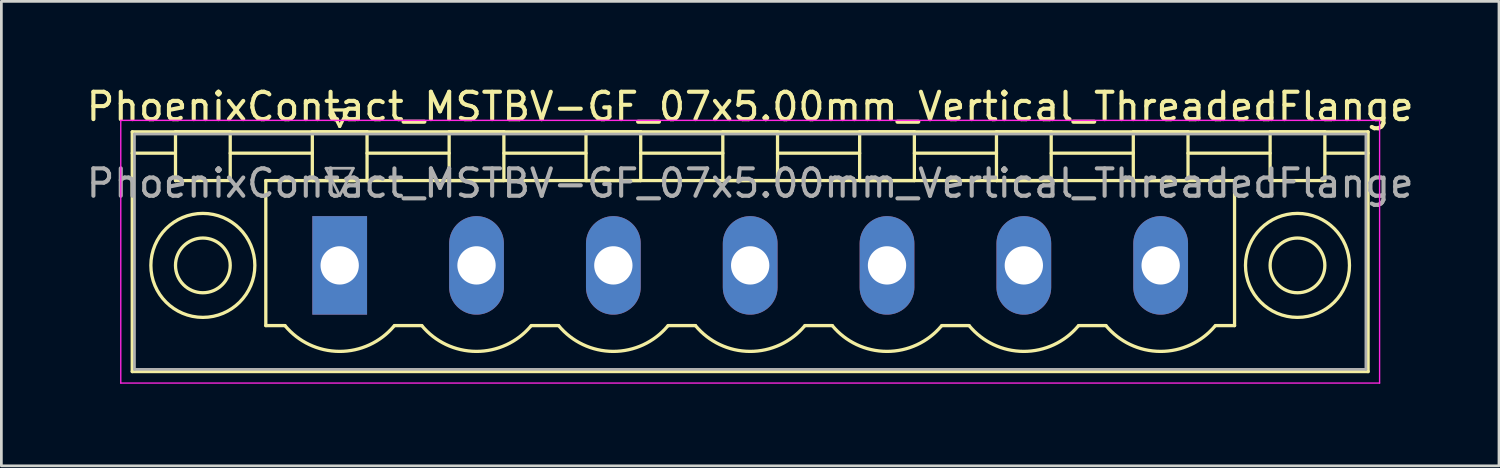
<source format=kicad_pcb>
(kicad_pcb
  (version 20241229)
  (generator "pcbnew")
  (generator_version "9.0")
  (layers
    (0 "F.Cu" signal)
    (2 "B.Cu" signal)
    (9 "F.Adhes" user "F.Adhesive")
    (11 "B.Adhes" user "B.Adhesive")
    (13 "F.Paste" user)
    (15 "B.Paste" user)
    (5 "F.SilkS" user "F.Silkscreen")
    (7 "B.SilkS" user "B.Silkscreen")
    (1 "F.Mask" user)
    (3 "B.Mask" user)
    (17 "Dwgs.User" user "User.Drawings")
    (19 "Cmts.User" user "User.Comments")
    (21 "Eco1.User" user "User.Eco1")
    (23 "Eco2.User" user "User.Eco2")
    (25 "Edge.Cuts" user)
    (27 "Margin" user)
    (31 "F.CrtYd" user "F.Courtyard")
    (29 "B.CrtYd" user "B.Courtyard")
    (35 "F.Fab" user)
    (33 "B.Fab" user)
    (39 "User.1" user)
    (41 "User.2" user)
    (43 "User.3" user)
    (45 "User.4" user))
  (footprint "PhoenixContact_MSTBV-GF_07x5.00mm_Vertical_ThreadedFlange"
    (layer "F.Cu")
    (at 9.363 6.648)
    (property "Reference" "PhoenixContact_MSTBV-GF_07x5.00mm_Vertical_ThreadedFlange" (at 15 -5.8 0) (layer "F.SilkS") (effects (font (size 1 1) (thickness 0.15))))
    (attr through_hole)
    (fp_line (start -7.58 -4.88) (end -7.58 3.88) (stroke (width 0.12) (type solid)) (layer "F.SilkS"))
    (fp_line (start -7.58 -4.1) (end -6.08 -4.1) (stroke (width 0.12) (type solid)) (layer "F.SilkS"))
    (fp_line (start -7.58 3.88) (end 37.58 3.88) (stroke (width 0.12) (type solid)) (layer "F.SilkS"))
    (fp_line (start -6 -4.88) (end -4 -4.88) (stroke (width 0.12) (type solid)) (layer "F.SilkS"))
    (fp_line (start -6 -3.1) (end -6 -4.88) (stroke (width 0.12) (type solid)) (layer "F.SilkS"))
    (fp_line (start -4 -4.88) (end -4 -3.1) (stroke (width 0.12) (type solid)) (layer "F.SilkS"))
    (fp_line (start -4 -4.1) (end -1 -4.1) (stroke (width 0.12) (type solid)) (layer "F.SilkS"))
    (fp_line (start -4 -3.1) (end -6 -3.1) (stroke (width 0.12) (type solid)) (layer "F.SilkS"))
    (fp_line (start -2.7 -3.1) (end 32.7 -3.1) (stroke (width 0.12) (type solid)) (layer "F.SilkS"))
    (fp_line (start -2.7 2.2) (end -2.7 -3.1) (stroke (width 0.12) (type solid)) (layer "F.SilkS"))
    (fp_line (start -2 2.2) (end -2.7 2.2) (stroke (width 0.12) (type solid)) (layer "F.SilkS"))
    (fp_line (start -1 -4.88) (end 1 -4.88) (stroke (width 0.12) (type solid)) (layer "F.SilkS"))
    (fp_line (start -1 -3.1) (end -1 -4.88) (stroke (width 0.12) (type solid)) (layer "F.SilkS"))
    (fp_line (start -0.3 -5.68) (end 0.3 -5.68) (stroke (width 0.12) (type solid)) (layer "F.SilkS"))
    (fp_line (start 0 -5.08) (end -0.3 -5.68) (stroke (width 0.12) (type solid)) (layer "F.SilkS"))
    (fp_line (start 0.3 -5.68) (end 0 -5.08) (stroke (width 0.12) (type solid)) (layer "F.SilkS"))
    (fp_line (start 1 -4.88) (end 1 -3.1) (stroke (width 0.12) (type solid)) (layer "F.SilkS"))
    (fp_line (start 1 -4.1) (end 4 -4.1) (stroke (width 0.12) (type solid)) (layer "F.SilkS"))
    (fp_line (start 1 -3.1) (end -1 -3.1) (stroke (width 0.12) (type solid)) (layer "F.SilkS"))
    (fp_line (start 2 2.2) (end 3 2.2) (stroke (width 0.12) (type solid)) (layer "F.SilkS"))
    (fp_line (start 4 -4.88) (end 6 -4.88) (stroke (width 0.12) (type solid)) (layer "F.SilkS"))
    (fp_line (start 4 -3.1) (end 4 -4.88) (stroke (width 0.12) (type solid)) (layer "F.SilkS"))
    (fp_line (start 6 -4.88) (end 6 -3.1) (stroke (width 0.12) (type solid)) (layer "F.SilkS"))
    (fp_line (start 6 -4.1) (end 9 -4.1) (stroke (width 0.12) (type solid)) (layer "F.SilkS"))
    (fp_line (start 6 -3.1) (end 4 -3.1) (stroke (width 0.12) (type solid)) (layer "F.SilkS"))
    (fp_line (start 7 2.2) (end 8 2.2) (stroke (width 0.12) (type solid)) (layer "F.SilkS"))
    (fp_line (start 9 -4.88) (end 11 -4.88) (stroke (width 0.12) (type solid)) (layer "F.SilkS"))
    (fp_line (start 9 -3.1) (end 9 -4.88) (stroke (width 0.12) (type solid)) (layer "F.SilkS"))
    (fp_line (start 11 -4.88) (end 11 -3.1) (stroke (width 0.12) (type solid)) (layer "F.SilkS"))
    (fp_line (start 11 -4.1) (end 14 -4.1) (stroke (width 0.12) (type solid)) (layer "F.SilkS"))
    (fp_line (start 11 -3.1) (end 9 -3.1) (stroke (width 0.12) (type solid)) (layer "F.SilkS"))
    (fp_line (start 12 2.2) (end 13 2.2) (stroke (width 0.12) (type solid)) (layer "F.SilkS"))
    (fp_line (start 14 -4.88) (end 16 -4.88) (stroke (width 0.12) (type solid)) (layer "F.SilkS"))
    (fp_line (start 14 -3.1) (end 14 -4.88) (stroke (width 0.12) (type solid)) (layer "F.SilkS"))
    (fp_line (start 16 -4.88) (end 16 -3.1) (stroke (width 0.12) (type solid)) (layer "F.SilkS"))
    (fp_line (start 16 -4.1) (end 19 -4.1) (stroke (width 0.12) (type solid)) (layer "F.SilkS"))
    (fp_line (start 16 -3.1) (end 14 -3.1) (stroke (width 0.12) (type solid)) (layer "F.SilkS"))
    (fp_line (start 17 2.2) (end 18 2.2) (stroke (width 0.12) (type solid)) (layer "F.SilkS"))
    (fp_line (start 19 -4.88) (end 21 -4.88) (stroke (width 0.12) (type solid)) (layer "F.SilkS"))
    (fp_line (start 19 -3.1) (end 19 -4.88) (stroke (width 0.12) (type solid)) (layer "F.SilkS"))
    (fp_line (start 21 -4.88) (end 21 -3.1) (stroke (width 0.12) (type solid)) (layer "F.SilkS"))
    (fp_line (start 21 -4.1) (end 24 -4.1) (stroke (width 0.12) (type solid)) (layer "F.SilkS"))
    (fp_line (start 21 -3.1) (end 19 -3.1) (stroke (width 0.12) (type solid)) (layer "F.SilkS"))
    (fp_line (start 22 2.2) (end 23 2.2) (stroke (width 0.12) (type solid)) (layer "F.SilkS"))
    (fp_line (start 24 -4.88) (end 26 -4.88) (stroke (width 0.12) (type solid)) (layer "F.SilkS"))
    (fp_line (start 24 -3.1) (end 24 -4.88) (stroke (width 0.12) (type solid)) (layer "F.SilkS"))
    (fp_line (start 26 -4.88) (end 26 -3.1) (stroke (width 0.12) (type solid)) (layer "F.SilkS"))
    (fp_line (start 26 -4.1) (end 29 -4.1) (stroke (width 0.12) (type solid)) (layer "F.SilkS"))
    (fp_line (start 26 -3.1) (end 24 -3.1) (stroke (width 0.12) (type solid)) (layer "F.SilkS"))
    (fp_line (start 27 2.2) (end 28 2.2) (stroke (width 0.12) (type solid)) (layer "F.SilkS"))
    (fp_line (start 29 -4.88) (end 31 -4.88) (stroke (width 0.12) (type solid)) (layer "F.SilkS"))
    (fp_line (start 29 -3.1) (end 29 -4.88) (stroke (width 0.12) (type solid)) (layer "F.SilkS"))
    (fp_line (start 31 -4.88) (end 31 -3.1) (stroke (width 0.12) (type solid)) (layer "F.SilkS"))
    (fp_line (start 31 -4.1) (end 34 -4.1) (stroke (width 0.12) (type solid)) (layer "F.SilkS"))
    (fp_line (start 31 -3.1) (end 29 -3.1) (stroke (width 0.12) (type solid)) (layer "F.SilkS"))
    (fp_line (start 32.7 -3.1) (end 32.7 2.2) (stroke (width 0.12) (type solid)) (layer "F.SilkS"))
    (fp_line (start 32.7 2.2) (end 32 2.2) (stroke (width 0.12) (type solid)) (layer "F.SilkS"))
    (fp_line (start 34 -4.88) (end 36 -4.88) (stroke (width 0.12) (type solid)) (layer "F.SilkS"))
    (fp_line (start 34 -3.1) (end 34 -4.88) (stroke (width 0.12) (type solid)) (layer "F.SilkS"))
    (fp_line (start 36 -4.88) (end 36 -3.1) (stroke (width 0.12) (type solid)) (layer "F.SilkS"))
    (fp_line (start 36 -3.1) (end 34 -3.1) (stroke (width 0.12) (type solid)) (layer "F.SilkS"))
    (fp_line (start 37.58 -4.88) (end -7.58 -4.88) (stroke (width 0.12) (type solid)) (layer "F.SilkS"))
    (fp_line (start 37.58 -4.1) (end 36.08 -4.1) (stroke (width 0.12) (type solid)) (layer "F.SilkS"))
    (fp_line (start 37.58 3.88) (end 37.58 -4.88) (stroke (width 0.12) (type solid)) (layer "F.SilkS"))
    (fp_arc (start 1.986842 2.215821) (mid -0.010289 3.142758) (end -2 2.2) (stroke (width 0.12) (type solid)) (layer "F.SilkS"))
    (fp_arc (start 6.986842 2.215821) (mid 4.989711 3.142758) (end 3 2.2) (stroke (width 0.12) (type solid)) (layer "F.SilkS"))
    (fp_arc (start 11.986842 2.215821) (mid 9.989711 3.142758) (end 8 2.2) (stroke (width 0.12) (type solid)) (layer "F.SilkS"))
    (fp_arc (start 16.986842 2.215821) (mid 14.989711 3.142758) (end 13 2.2) (stroke (width 0.12) (type solid)) (layer "F.SilkS"))
    (fp_arc (start 21.986842 2.215821) (mid 19.989711 3.142758) (end 18 2.2) (stroke (width 0.12) (type solid)) (layer "F.SilkS"))
    (fp_arc (start 26.986842 2.215821) (mid 24.989711 3.142758) (end 23 2.2) (stroke (width 0.12) (type solid)) (layer "F.SilkS"))
    (fp_arc (start 31.986842 2.215821) (mid 29.989711 3.142758) (end 28 2.2) (stroke (width 0.12) (type solid)) (layer "F.SilkS"))
    (fp_circle (center -5 0) (end -4 0) (stroke (width 0.12) (type solid)) (fill no) (layer "F.SilkS"))
    (fp_circle (center -5 0) (end -3.1 0) (stroke (width 0.12) (type solid)) (fill no) (layer "F.SilkS"))
    (fp_circle (center 35 0) (end 36 0) (stroke (width 0.12) (type solid)) (fill no) (layer "F.SilkS"))
    (fp_circle (center 35 0) (end 36.9 0) (stroke (width 0.12) (type solid)) (fill no) (layer "F.SilkS"))
    (fp_line (start -8 -5.3) (end -8 4.3) (stroke (width 0.05) (type solid)) (layer "F.CrtYd"))
    (fp_line (start -8 4.3) (end 38 4.3) (stroke (width 0.05) (type solid)) (layer "F.CrtYd"))
    (fp_line (start 38 -5.3) (end -8 -5.3) (stroke (width 0.05) (type solid)) (layer "F.CrtYd"))
    (fp_line (start 38 4.3) (end 38 -5.3) (stroke (width 0.05) (type solid)) (layer "F.CrtYd"))
    (fp_line (start -7.5 -4.8) (end -7.5 3.8) (stroke (width 0.1) (type solid)) (layer "F.Fab"))
    (fp_line (start -7.5 3.8) (end 37.5 3.8) (stroke (width 0.1) (type solid)) (layer "F.Fab"))
    (fp_line (start -0.5 -3.55) (end 0.5 -3.55) (stroke (width 0.1) (type solid)) (layer "F.Fab"))
    (fp_line (start 0 -2.55) (end -0.5 -3.55) (stroke (width 0.1) (type solid)) (layer "F.Fab"))
    (fp_line (start 0.5 -3.55) (end 0 -2.55) (stroke (width 0.1) (type solid)) (layer "F.Fab"))
    (fp_line (start 37.5 -4.8) (end -7.5 -4.8) (stroke (width 0.1) (type solid)) (layer "F.Fab"))
    (fp_line (start 37.5 3.8) (end 37.5 -4.8) (stroke (width 0.1) (type solid)) (layer "F.Fab"))
    (fp_text user "${REFERENCE}" (at 15 -3 0) (layer "F.Fab") (effects (font (size 1 1) (thickness 0.15))))
    (pad "1" thru_hole rect (at 0 0) (size 2 3.6) (drill 1.4) (layers "*.Cu" "*.Mask"))
    (pad "2" thru_hole oval (at 5 0) (size 2 3.6) (drill 1.4) (layers "*.Cu" "*.Mask"))
    (pad "3" thru_hole oval (at 10 0) (size 2 3.6) (drill 1.4) (layers "*.Cu" "*.Mask"))
    (pad "4" thru_hole oval (at 15 0) (size 2 3.6) (drill 1.4) (layers "*.Cu" "*.Mask"))
    (pad "5" thru_hole oval (at 20 0) (size 2 3.6) (drill 1.4) (layers "*.Cu" "*.Mask"))
    (pad "6" thru_hole oval (at 25 0) (size 2 3.6) (drill 1.4) (layers "*.Cu" "*.Mask"))
    (pad "7" thru_hole oval (at 30 0) (size 2 3.6) (drill 1.4) (layers "*.Cu" "*.Mask")))
  (gr_rect
    (start -3 -3)
    (end 51.726 13.973)
    (stroke (width 0.1) (type default))
    (fill no)
    (layer "Edge.Cuts")))
</source>
